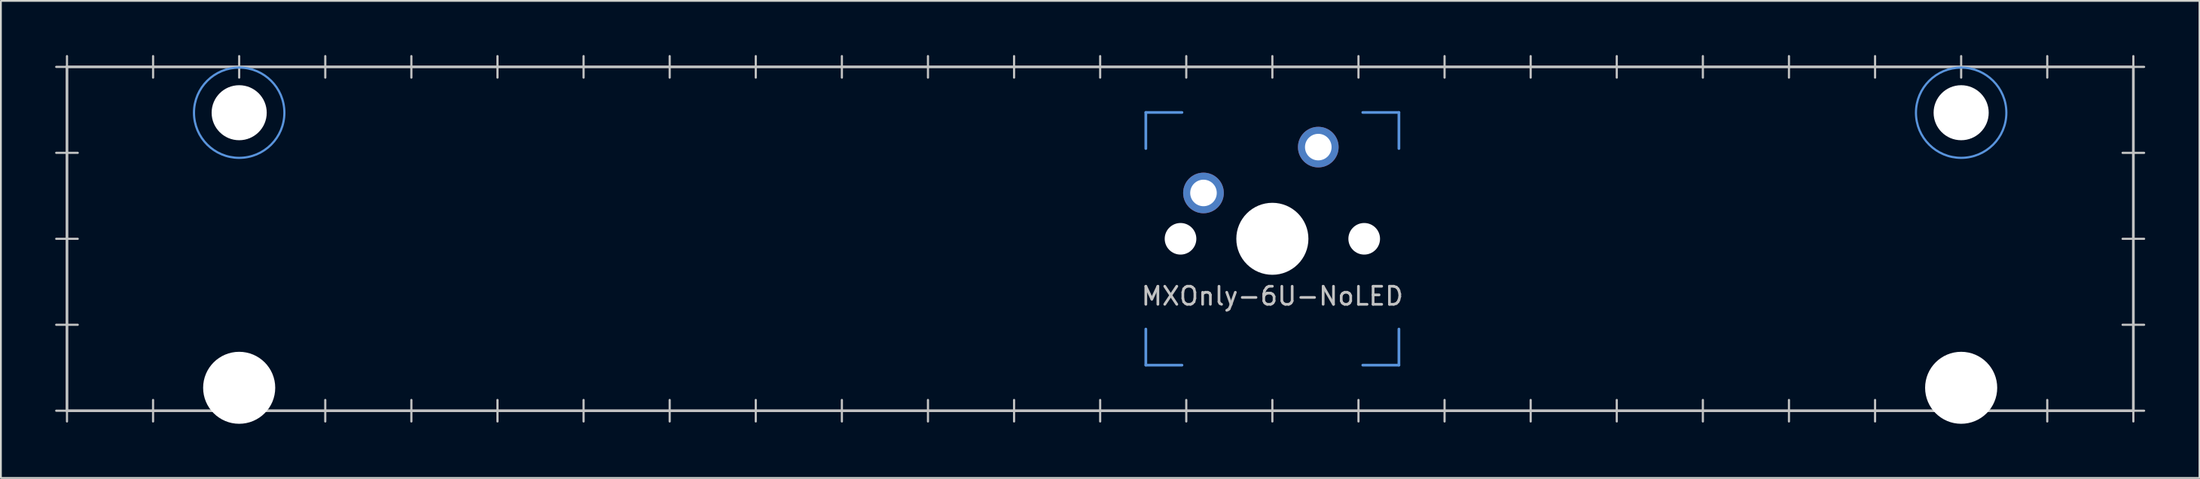
<source format=kicad_pcb>
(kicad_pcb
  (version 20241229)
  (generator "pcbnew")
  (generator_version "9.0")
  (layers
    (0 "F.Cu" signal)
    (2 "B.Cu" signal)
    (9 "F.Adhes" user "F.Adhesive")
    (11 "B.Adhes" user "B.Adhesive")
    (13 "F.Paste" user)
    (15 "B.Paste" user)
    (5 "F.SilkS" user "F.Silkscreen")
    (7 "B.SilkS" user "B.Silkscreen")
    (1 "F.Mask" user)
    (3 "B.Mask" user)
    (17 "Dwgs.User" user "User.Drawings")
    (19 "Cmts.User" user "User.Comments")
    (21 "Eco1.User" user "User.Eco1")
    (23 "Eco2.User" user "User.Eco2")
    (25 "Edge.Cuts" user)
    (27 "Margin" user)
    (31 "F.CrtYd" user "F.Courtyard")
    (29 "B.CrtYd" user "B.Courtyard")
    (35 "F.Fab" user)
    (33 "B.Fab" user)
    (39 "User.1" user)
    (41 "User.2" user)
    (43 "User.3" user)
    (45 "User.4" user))
  (footprint "MXOnly-6U-NoLED"
    (layer "F.Cu")
    (at 57.805 10.18)
    (property "Reference" "MXOnly-6U-NoLED" (at 9.525 3.175 0) (layer "Dwgs.User") (effects (font (size 1 1) (thickness 0.15))))
    (attr through_hole)
    (fp_line (start -57.745 -9.525) (end -57.15 -9.525) (stroke (width 0.12) (type solid)) (layer "Dwgs.User"))
    (fp_line (start -57.745 0) (end -56.555 0) (stroke (width 0.12) (type solid)) (layer "Dwgs.User"))
    (fp_line (start -57.745 4.763) (end -56.555 4.763) (stroke (width 0.12) (type solid)) (layer "Dwgs.User"))
    (fp_line (start -57.745 9.525) (end -57.15 9.525) (stroke (width 0.12) (type solid)) (layer "Dwgs.User"))
    (fp_line (start -57.15 10.12) (end -57.15 9.525) (stroke (width 0.12) (type solid)) (layer "Dwgs.User"))
    (fp_line (start -57.15 -10.12) (end -57.15 -9.525) (stroke (width 0.12) (type solid)) (layer "Dwgs.User"))
    (fp_line (start -57.15 -9.525) (end 57.15 -9.525) (stroke (width 0.15) (type solid)) (layer "Dwgs.User"))
    (fp_line (start -57.15 9.525) (end -57.15 -9.525) (stroke (width 0.15) (type solid)) (layer "Dwgs.User"))
    (fp_line (start -57.15 9.525) (end 57.15 9.525) (stroke (width 0.15) (type solid)) (layer "Dwgs.User"))
    (fp_line (start -56.555 -4.763) (end -57.745 -4.763) (stroke (width 0.12) (type solid)) (layer "Dwgs.User"))
    (fp_line (start -52.388 8.93) (end -52.388 10.12) (stroke (width 0.12) (type solid)) (layer "Dwgs.User"))
    (fp_line (start -52.387 -10.12) (end -52.387 -8.93) (stroke (width 0.12) (type solid)) (layer "Dwgs.User"))
    (fp_line (start -47.625 8.93) (end -47.625 10.12) (stroke (width 0.12) (type solid)) (layer "Dwgs.User"))
    (fp_line (start -47.625 -10.12) (end -47.625 -8.93) (stroke (width 0.12) (type solid)) (layer "Dwgs.User"))
    (fp_line (start -42.863 10.12) (end -42.863 8.93) (stroke (width 0.12) (type solid)) (layer "Dwgs.User"))
    (fp_line (start -42.862 -8.93) (end -42.862 -10.12) (stroke (width 0.12) (type solid)) (layer "Dwgs.User"))
    (fp_line (start -38.1 8.93) (end -38.1 10.12) (stroke (width 0.12) (type solid)) (layer "Dwgs.User"))
    (fp_line (start -38.1 -10.12) (end -38.1 -8.93) (stroke (width 0.12) (type solid)) (layer "Dwgs.User"))
    (fp_line (start -33.337 10.12) (end -33.337 8.93) (stroke (width 0.12) (type solid)) (layer "Dwgs.User"))
    (fp_line (start -33.337 -8.93) (end -33.337 -10.12) (stroke (width 0.12) (type solid)) (layer "Dwgs.User"))
    (fp_line (start -28.575 8.93) (end -28.575 10.12) (stroke (width 0.12) (type solid)) (layer "Dwgs.User"))
    (fp_line (start -28.575 -10.12) (end -28.575 -8.93) (stroke (width 0.12) (type solid)) (layer "Dwgs.User"))
    (fp_line (start -23.812 10.12) (end -23.812 8.93) (stroke (width 0.12) (type solid)) (layer "Dwgs.User"))
    (fp_line (start -23.812 -8.93) (end -23.812 -10.12) (stroke (width 0.12) (type solid)) (layer "Dwgs.User"))
    (fp_line (start -19.05 8.93) (end -19.05 10.12) (stroke (width 0.12) (type solid)) (layer "Dwgs.User"))
    (fp_line (start -19.05 -10.12) (end -19.05 -8.93) (stroke (width 0.12) (type solid)) (layer "Dwgs.User"))
    (fp_line (start -14.287 10.12) (end -14.287 8.93) (stroke (width 0.12) (type solid)) (layer "Dwgs.User"))
    (fp_line (start -14.287 -8.93) (end -14.287 -10.12) (stroke (width 0.12) (type solid)) (layer "Dwgs.User"))
    (fp_line (start -9.525 8.93) (end -9.525 10.12) (stroke (width 0.12) (type solid)) (layer "Dwgs.User"))
    (fp_line (start -9.525 -10.12) (end -9.525 -8.93) (stroke (width 0.12) (type solid)) (layer "Dwgs.User"))
    (fp_line (start -4.762 10.12) (end -4.762 8.93) (stroke (width 0.12) (type solid)) (layer "Dwgs.User"))
    (fp_line (start -4.762 -8.93) (end -4.762 -10.12) (stroke (width 0.12) (type solid)) (layer "Dwgs.User"))
    (fp_line (start 0.000048 -8.93) (end 0.000048 -10.12) (stroke (width 0.12) (type solid)) (layer "Dwgs.User"))
    (fp_line (start 0.000048 10.12) (end 0.000048 8.93) (stroke (width 0.12) (type solid)) (layer "Dwgs.User"))
    (fp_line (start 4.763 -10.12) (end 4.763 -8.93) (stroke (width 0.12) (type solid)) (layer "Dwgs.User"))
    (fp_line (start 4.763 8.93) (end 4.763 10.12) (stroke (width 0.12) (type solid)) (layer "Dwgs.User"))
    (fp_line (start 9.525 -8.93) (end 9.525 -10.12) (stroke (width 0.12) (type solid)) (layer "Dwgs.User"))
    (fp_line (start 9.525 10.12) (end 9.525 8.93) (stroke (width 0.12) (type solid)) (layer "Dwgs.User"))
    (fp_line (start 14.288 -10.12) (end 14.288 -8.93) (stroke (width 0.12) (type solid)) (layer "Dwgs.User"))
    (fp_line (start 14.288 8.93) (end 14.288 10.12) (stroke (width 0.12) (type solid)) (layer "Dwgs.User"))
    (fp_line (start 19.05 -8.93) (end 19.05 -10.12) (stroke (width 0.12) (type solid)) (layer "Dwgs.User"))
    (fp_line (start 19.05 10.12) (end 19.05 8.93) (stroke (width 0.12) (type solid)) (layer "Dwgs.User"))
    (fp_line (start 23.813 -10.12) (end 23.813 -8.93) (stroke (width 0.12) (type solid)) (layer "Dwgs.User"))
    (fp_line (start 23.813 8.93) (end 23.813 10.12) (stroke (width 0.12) (type solid)) (layer "Dwgs.User"))
    (fp_line (start 28.575 -8.93) (end 28.575 -10.12) (stroke (width 0.12) (type solid)) (layer "Dwgs.User"))
    (fp_line (start 28.575 10.12) (end 28.575 8.93) (stroke (width 0.12) (type solid)) (layer "Dwgs.User"))
    (fp_line (start 33.338 -10.12) (end 33.338 -8.93) (stroke (width 0.12) (type solid)) (layer "Dwgs.User"))
    (fp_line (start 33.338 8.93) (end 33.338 10.12) (stroke (width 0.12) (type solid)) (layer "Dwgs.User"))
    (fp_line (start 38.1 -8.93) (end 38.1 -10.12) (stroke (width 0.12) (type solid)) (layer "Dwgs.User"))
    (fp_line (start 38.1 10.12) (end 38.1 8.93) (stroke (width 0.12) (type solid)) (layer "Dwgs.User"))
    (fp_line (start 42.863 -10.12) (end 42.863 -8.93) (stroke (width 0.12) (type solid)) (layer "Dwgs.User"))
    (fp_line (start 42.863 8.93) (end 42.863 10.12) (stroke (width 0.12) (type solid)) (layer "Dwgs.User"))
    (fp_line (start 47.625 -8.93) (end 47.625 -10.12) (stroke (width 0.12) (type solid)) (layer "Dwgs.User"))
    (fp_line (start 47.625 10.12) (end 47.625 8.93) (stroke (width 0.12) (type solid)) (layer "Dwgs.User"))
    (fp_line (start 52.388 -10.12) (end 52.388 -8.93) (stroke (width 0.12) (type solid)) (layer "Dwgs.User"))
    (fp_line (start 52.388 8.93) (end 52.388 10.12) (stroke (width 0.12) (type solid)) (layer "Dwgs.User"))
    (fp_line (start 56.555 4.763) (end 57.745 4.763) (stroke (width 0.12) (type solid)) (layer "Dwgs.User"))
    (fp_line (start 57.15 -9.525) (end 57.15 9.525) (stroke (width 0.15) (type solid)) (layer "Dwgs.User"))
    (fp_line (start 57.15 10.12) (end 57.15 9.525) (stroke (width 0.12) (type solid)) (layer "Dwgs.User"))
    (fp_line (start 57.15 -10.12) (end 57.15 -9.525) (stroke (width 0.12) (type solid)) (layer "Dwgs.User"))
    (fp_line (start 57.745 -9.525) (end 57.15 -9.525) (stroke (width 0.12) (type solid)) (layer "Dwgs.User"))
    (fp_line (start 57.745 -4.762) (end 56.555 -4.762) (stroke (width 0.12) (type solid)) (layer "Dwgs.User"))
    (fp_line (start 57.745 0.000008) (end 56.555 0.000008) (stroke (width 0.12) (type solid)) (layer "Dwgs.User"))
    (fp_line (start 57.745 9.525) (end 57.15 9.525) (stroke (width 0.12) (type solid)) (layer "Dwgs.User"))
    (fp_line (start 2.525 -7) (end 2.525 -5) (stroke (width 0.15) (type solid)) (layer "Cmts.User"))
    (fp_line (start 2.525 7) (end 2.525 5) (stroke (width 0.15) (type solid)) (layer "Cmts.User"))
    (fp_line (start 4.525 -7) (end 2.525 -7) (stroke (width 0.15) (type solid)) (layer "Cmts.User"))
    (fp_line (start 4.525 7) (end 2.525 7) (stroke (width 0.15) (type solid)) (layer "Cmts.User"))
    (fp_line (start 14.525 -7) (end 16.525 -7) (stroke (width 0.15) (type solid)) (layer "Cmts.User"))
    (fp_line (start 16.525 -7) (end 16.525 -5) (stroke (width 0.15) (type solid)) (layer "Cmts.User"))
    (fp_line (start 16.525 5) (end 16.525 7) (stroke (width 0.15) (type solid)) (layer "Cmts.User"))
    (fp_line (start 16.525 7) (end 14.525 7) (stroke (width 0.15) (type solid)) (layer "Cmts.User"))
    (fp_circle (center -47.625 -6.985) (end -45.125 -6.985) (stroke (width 0.12) (type solid)) (fill no) (layer "Cmts.User"))
    (fp_circle (center 47.625 -6.985) (end 50.125 -6.985) (stroke (width 0.12) (type solid)) (fill no) (layer "Cmts.User"))
    (pad "" np_thru_hole circle (at -47.625 -6.985) (size 3.048 3.048) (drill 3.048) (layers "*.Cu" "*.Mask"))
    (pad "" np_thru_hole circle (at -47.625 8.255) (size 3.988 3.988) (drill 3.988) (layers "*.Cu" "*.Mask"))
    (pad "" np_thru_hole circle (at 4.445 0 48.1) (size 1.75 1.75) (drill 1.75) (layers "*.Cu" "*.Mask"))
    (pad "" np_thru_hole circle (at 9.525 0) (size 3.988 3.988) (drill 3.988) (layers "*.Cu" "*.Mask"))
    (pad "" np_thru_hole circle (at 14.605 0 48.1) (size 1.75 1.75) (drill 1.75) (layers "*.Cu" "*.Mask"))
    (pad "" np_thru_hole circle (at 47.625 -6.985) (size 3.048 3.048) (drill 3.048) (layers "*.Cu" "*.Mask"))
    (pad "" np_thru_hole circle (at 47.625 8.255) (size 3.988 3.988) (drill 3.988) (layers "*.Cu" "*.Mask"))
    (pad "1" thru_hole circle (at 5.715 -2.54) (size 2.25 2.25) (drill 1.47) (layers "*.Cu" "B.Mask"))
    (pad "2" thru_hole circle (at 12.065 -5.08) (size 2.25 2.25) (drill 1.47) (layers "*.Cu" "B.Mask")))
  (gr_rect
    (start -3 -3)
    (end 118.611 23.429)
    (stroke (width 0.1) (type default))
    (fill no)
    (layer "Edge.Cuts")))
</source>
